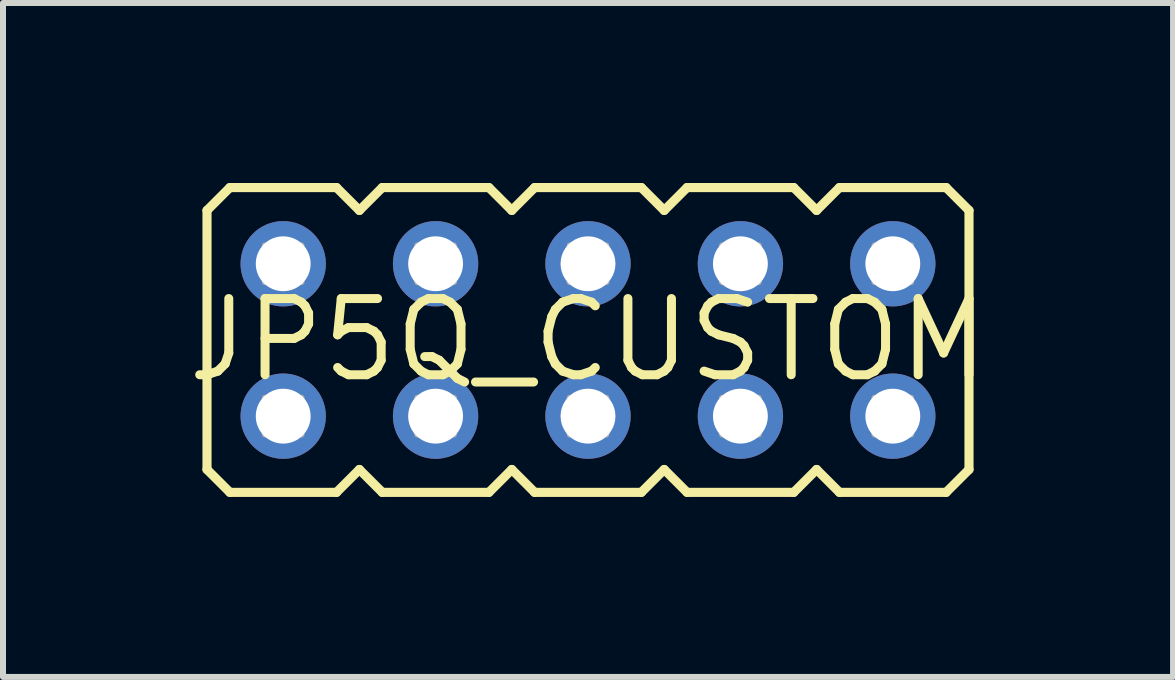
<source format=kicad_pcb>
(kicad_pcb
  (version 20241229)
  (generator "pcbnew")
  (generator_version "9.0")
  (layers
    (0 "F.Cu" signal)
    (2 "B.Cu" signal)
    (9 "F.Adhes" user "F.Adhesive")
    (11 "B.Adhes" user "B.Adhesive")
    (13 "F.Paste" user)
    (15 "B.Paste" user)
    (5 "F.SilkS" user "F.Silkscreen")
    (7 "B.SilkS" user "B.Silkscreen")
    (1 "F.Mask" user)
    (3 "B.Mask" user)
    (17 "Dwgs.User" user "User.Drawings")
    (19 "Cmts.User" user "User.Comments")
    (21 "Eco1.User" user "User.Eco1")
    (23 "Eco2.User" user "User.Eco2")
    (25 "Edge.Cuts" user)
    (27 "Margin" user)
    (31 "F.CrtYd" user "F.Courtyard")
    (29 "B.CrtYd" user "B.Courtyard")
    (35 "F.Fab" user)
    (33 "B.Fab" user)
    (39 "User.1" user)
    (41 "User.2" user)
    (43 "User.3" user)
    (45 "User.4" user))
  (footprint "JP5Q_CUSTOM"
    (layer "F.Cu")
    (at 6.75 2.616)
    (property "Reference" "JP5Q_CUSTOM" (at 0 0 0) (layer "F.SilkS") (effects (font (size 1.27 1.27) (thickness 0.15))))
    (attr through_hole)
    (fp_line (start -6.35 -2.159) (end -5.969 -2.54) (stroke (width 0.152) (type solid)) (layer "F.SilkS"))
    (fp_line (start -6.35 2.159) (end -6.35 -2.159) (stroke (width 0.152) (type solid)) (layer "F.SilkS"))
    (fp_line (start -6.35 2.159) (end -5.969 2.54) (stroke (width 0.152) (type solid)) (layer "F.SilkS"))
    (fp_line (start -5.969 -2.54) (end -4.191 -2.54) (stroke (width 0.152) (type solid)) (layer "F.SilkS"))
    (fp_line (start -5.969 2.54) (end -4.191 2.54) (stroke (width 0.152) (type solid)) (layer "F.SilkS"))
    (fp_line (start -4.191 -2.54) (end -3.81 -2.159) (stroke (width 0.152) (type solid)) (layer "F.SilkS"))
    (fp_line (start -3.81 -2.159) (end -3.429 -2.54) (stroke (width 0.152) (type solid)) (layer "F.SilkS"))
    (fp_line (start -3.81 2.159) (end -4.191 2.54) (stroke (width 0.152) (type solid)) (layer "F.SilkS"))
    (fp_line (start -3.81 2.159) (end -3.429 2.54) (stroke (width 0.152) (type solid)) (layer "F.SilkS"))
    (fp_line (start -3.429 -2.54) (end -1.651 -2.54) (stroke (width 0.152) (type solid)) (layer "F.SilkS"))
    (fp_line (start -1.651 2.54) (end -3.429 2.54) (stroke (width 0.152) (type solid)) (layer "F.SilkS"))
    (fp_line (start -1.27 -2.159) (end -1.651 -2.54) (stroke (width 0.152) (type solid)) (layer "F.SilkS"))
    (fp_line (start -1.27 -2.159) (end -0.889 -2.54) (stroke (width 0.152) (type solid)) (layer "F.SilkS"))
    (fp_line (start -1.27 2.159) (end -1.651 2.54) (stroke (width 0.152) (type solid)) (layer "F.SilkS"))
    (fp_line (start -1.27 2.159) (end -0.889 2.54) (stroke (width 0.152) (type solid)) (layer "F.SilkS"))
    (fp_line (start -0.889 -2.54) (end 0.889 -2.54) (stroke (width 0.152) (type solid)) (layer "F.SilkS"))
    (fp_line (start 0.889 2.54) (end -0.889 2.54) (stroke (width 0.152) (type solid)) (layer "F.SilkS"))
    (fp_line (start 0.889 2.54) (end 1.27 2.159) (stroke (width 0.152) (type solid)) (layer "F.SilkS"))
    (fp_line (start 1.27 -2.159) (end 0.889 -2.54) (stroke (width 0.152) (type solid)) (layer "F.SilkS"))
    (fp_line (start 1.27 -2.159) (end 1.651 -2.54) (stroke (width 0.152) (type solid)) (layer "F.SilkS"))
    (fp_line (start 1.27 2.159) (end 1.651 2.54) (stroke (width 0.152) (type solid)) (layer "F.SilkS"))
    (fp_line (start 1.651 -2.54) (end 3.429 -2.54) (stroke (width 0.152) (type solid)) (layer "F.SilkS"))
    (fp_line (start 3.429 2.54) (end 1.651 2.54) (stroke (width 0.152) (type solid)) (layer "F.SilkS"))
    (fp_line (start 3.429 2.54) (end 3.81 2.159) (stroke (width 0.152) (type solid)) (layer "F.SilkS"))
    (fp_line (start 3.81 -2.159) (end 3.429 -2.54) (stroke (width 0.152) (type solid)) (layer "F.SilkS"))
    (fp_line (start 3.81 -2.159) (end 4.191 -2.54) (stroke (width 0.152) (type solid)) (layer "F.SilkS"))
    (fp_line (start 3.81 2.159) (end 4.191 2.54) (stroke (width 0.152) (type solid)) (layer "F.SilkS"))
    (fp_line (start 4.191 -2.54) (end 5.969 -2.54) (stroke (width 0.152) (type solid)) (layer "F.SilkS"))
    (fp_line (start 5.969 2.54) (end 4.191 2.54) (stroke (width 0.152) (type solid)) (layer "F.SilkS"))
    (fp_line (start 5.969 2.54) (end 6.35 2.159) (stroke (width 0.152) (type solid)) (layer "F.SilkS"))
    (fp_line (start 6.35 -2.159) (end 5.969 -2.54) (stroke (width 0.152) (type solid)) (layer "F.SilkS"))
    (fp_line (start 6.35 -2.159) (end 6.35 2.159) (stroke (width 0.152) (type solid)) (layer "F.SilkS"))
    (fp_poly (pts (xy -5.385 -0.965) (xy -4.775 -0.965) (xy -4.775 -1.575) (xy -5.385 -1.575)) (stroke (width 0.1) (type solid)) (fill no) (layer "F.Fab"))
    (fp_poly (pts (xy -5.385 1.575) (xy -4.775 1.575) (xy -4.775 0.965) (xy -5.385 0.965)) (stroke (width 0.1) (type solid)) (fill no) (layer "F.Fab"))
    (fp_poly (pts (xy -2.845 -0.965) (xy -2.235 -0.965) (xy -2.235 -1.575) (xy -2.845 -1.575)) (stroke (width 0.1) (type solid)) (fill no) (layer "F.Fab"))
    (fp_poly (pts (xy -2.845 1.575) (xy -2.235 1.575) (xy -2.235 0.965) (xy -2.845 0.965)) (stroke (width 0.1) (type solid)) (fill no) (layer "F.Fab"))
    (fp_poly (pts (xy -0.305 -0.965) (xy 0.305 -0.965) (xy 0.305 -1.575) (xy -0.305 -1.575)) (stroke (width 0.1) (type solid)) (fill no) (layer "F.Fab"))
    (fp_poly (pts (xy -0.305 1.575) (xy 0.305 1.575) (xy 0.305 0.965) (xy -0.305 0.965)) (stroke (width 0.1) (type solid)) (fill no) (layer "F.Fab"))
    (fp_poly (pts (xy 2.235 -0.965) (xy 2.845 -0.965) (xy 2.845 -1.575) (xy 2.235 -1.575)) (stroke (width 0.1) (type solid)) (fill no) (layer "F.Fab"))
    (fp_poly (pts (xy 2.235 1.575) (xy 2.845 1.575) (xy 2.845 0.965) (xy 2.235 0.965)) (stroke (width 0.1) (type solid)) (fill no) (layer "F.Fab"))
    (fp_poly (pts (xy 4.775 -0.965) (xy 5.385 -0.965) (xy 5.385 -1.575) (xy 4.775 -1.575)) (stroke (width 0.1) (type solid)) (fill no) (layer "F.Fab"))
    (fp_poly (pts (xy 4.775 1.575) (xy 5.385 1.575) (xy 5.385 0.965) (xy 4.775 0.965)) (stroke (width 0.1) (type solid)) (fill no) (layer "F.Fab"))
    (pad "1" thru_hole circle (at -5.08 1.27) (size 1.422 1.422) (drill 0.914) (layers "*.Cu" "*.Mask"))
    (pad "2" thru_hole circle (at -5.08 -1.27) (size 1.422 1.422) (drill 0.914) (layers "*.Cu" "*.Mask"))
    (pad "3" thru_hole circle (at -2.54 1.27) (size 1.422 1.422) (drill 0.914) (layers "*.Cu" "*.Mask"))
    (pad "4" thru_hole circle (at -2.54 -1.27) (size 1.422 1.422) (drill 0.914) (layers "*.Cu" "*.Mask"))
    (pad "5" thru_hole circle (at 0 1.27) (size 1.422 1.422) (drill 0.914) (layers "*.Cu" "*.Mask"))
    (pad "6" thru_hole circle (at 0 -1.27) (size 1.422 1.422) (drill 0.914) (layers "*.Cu" "*.Mask"))
    (pad "7" thru_hole circle (at 2.54 1.27) (size 1.422 1.422) (drill 0.914) (layers "*.Cu" "*.Mask"))
    (pad "8" thru_hole circle (at 2.54 -1.27) (size 1.422 1.422) (drill 0.914) (layers "*.Cu" "*.Mask"))
    (pad "9" thru_hole circle (at 5.08 1.27) (size 1.422 1.422) (drill 0.914) (layers "*.Cu" "*.Mask"))
    (pad "10" thru_hole circle (at 5.08 -1.27) (size 1.422 1.422) (drill 0.914) (layers "*.Cu" "*.Mask")))
  (gr_rect
    (start -3 -3)
    (end 16.501 8.232)
    (stroke (width 0.1) (type default))
    (fill no)
    (layer "Edge.Cuts")))
</source>
